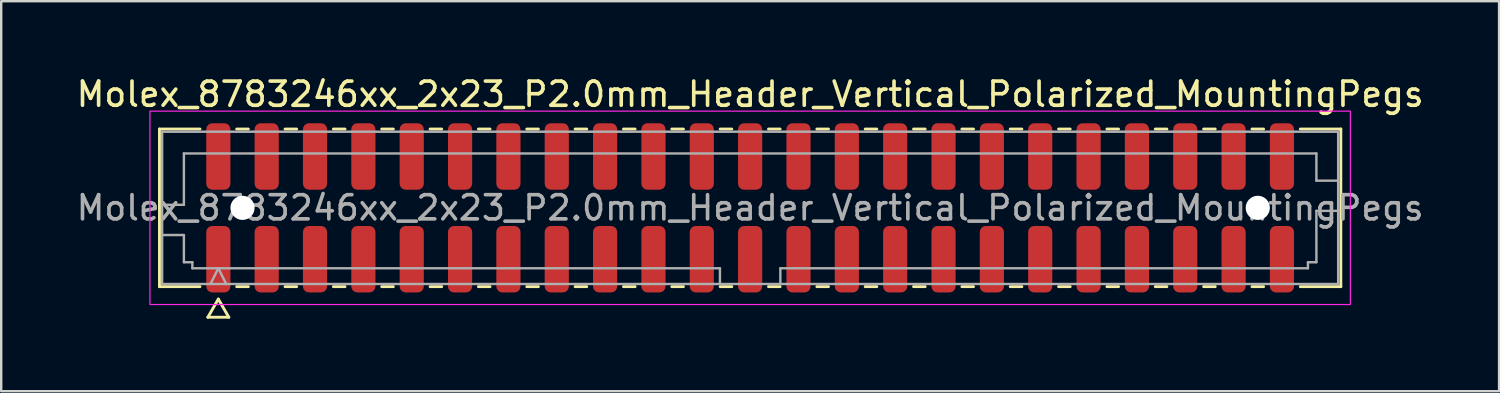
<source format=kicad_pcb>
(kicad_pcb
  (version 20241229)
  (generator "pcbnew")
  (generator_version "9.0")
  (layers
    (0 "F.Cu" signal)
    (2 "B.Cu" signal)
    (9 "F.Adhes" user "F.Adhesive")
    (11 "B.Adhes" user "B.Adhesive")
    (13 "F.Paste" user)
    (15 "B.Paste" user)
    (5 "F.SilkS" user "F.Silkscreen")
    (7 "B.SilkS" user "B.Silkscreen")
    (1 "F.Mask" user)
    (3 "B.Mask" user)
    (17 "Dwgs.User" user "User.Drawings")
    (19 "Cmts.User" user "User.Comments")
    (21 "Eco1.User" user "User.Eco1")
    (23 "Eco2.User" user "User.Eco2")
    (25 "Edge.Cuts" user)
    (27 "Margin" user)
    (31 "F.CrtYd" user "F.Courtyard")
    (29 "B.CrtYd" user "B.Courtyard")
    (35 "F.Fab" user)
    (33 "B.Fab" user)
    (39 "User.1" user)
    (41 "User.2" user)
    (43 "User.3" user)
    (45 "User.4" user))
  (footprint "Molex_8783246xx_2x23_P2.0mm_Header_Vertical_Polarized_MountingPegs"
    (layer "F.Cu")
    (at 27.982 5.548)
    (property "Reference" "Molex_8783246xx_2x23_P2.0mm_Header_Vertical_Polarized_MountingPegs" (at 0 -4.7 0) (layer "F.SilkS") (effects (font (size 1 1) (thickness 0.15))))
    (attr smd)
    (fp_line (start -24.435 -3.26) (end -22.76 -3.26) (stroke (width 0.12) (type solid)) (layer "F.SilkS"))
    (fp_line (start -24.435 3.26) (end -24.435 -3.26) (stroke (width 0.12) (type solid)) (layer "F.SilkS"))
    (fp_line (start -22.76 3.26) (end -24.435 3.26) (stroke (width 0.12) (type solid)) (layer "F.SilkS"))
    (fp_line (start -22.433 4.525) (end -22 3.775) (stroke (width 0.12) (type solid)) (layer "F.SilkS"))
    (fp_line (start -22 3.775) (end -21.567 4.525) (stroke (width 0.12) (type solid)) (layer "F.SilkS"))
    (fp_line (start -21.567 4.525) (end -22.433 4.525) (stroke (width 0.12) (type solid)) (layer "F.SilkS"))
    (fp_line (start -21.24 -3.26) (end -20.76 -3.26) (stroke (width 0.12) (type solid)) (layer "F.SilkS"))
    (fp_line (start -20.76 3.26) (end -21.24 3.26) (stroke (width 0.12) (type solid)) (layer "F.SilkS"))
    (fp_line (start -19.24 -3.26) (end -18.76 -3.26) (stroke (width 0.12) (type solid)) (layer "F.SilkS"))
    (fp_line (start -18.76 3.26) (end -19.24 3.26) (stroke (width 0.12) (type solid)) (layer "F.SilkS"))
    (fp_line (start -17.24 -3.26) (end -16.76 -3.26) (stroke (width 0.12) (type solid)) (layer "F.SilkS"))
    (fp_line (start -16.76 3.26) (end -17.24 3.26) (stroke (width 0.12) (type solid)) (layer "F.SilkS"))
    (fp_line (start -15.24 -3.26) (end -14.76 -3.26) (stroke (width 0.12) (type solid)) (layer "F.SilkS"))
    (fp_line (start -14.76 3.26) (end -15.24 3.26) (stroke (width 0.12) (type solid)) (layer "F.SilkS"))
    (fp_line (start -13.24 -3.26) (end -12.76 -3.26) (stroke (width 0.12) (type solid)) (layer "F.SilkS"))
    (fp_line (start -12.76 3.26) (end -13.24 3.26) (stroke (width 0.12) (type solid)) (layer "F.SilkS"))
    (fp_line (start -11.24 -3.26) (end -10.76 -3.26) (stroke (width 0.12) (type solid)) (layer "F.SilkS"))
    (fp_line (start -10.76 3.26) (end -11.24 3.26) (stroke (width 0.12) (type solid)) (layer "F.SilkS"))
    (fp_line (start -9.24 -3.26) (end -8.76 -3.26) (stroke (width 0.12) (type solid)) (layer "F.SilkS"))
    (fp_line (start -8.76 3.26) (end -9.24 3.26) (stroke (width 0.12) (type solid)) (layer "F.SilkS"))
    (fp_line (start -7.24 -3.26) (end -6.76 -3.26) (stroke (width 0.12) (type solid)) (layer "F.SilkS"))
    (fp_line (start -6.76 3.26) (end -7.24 3.26) (stroke (width 0.12) (type solid)) (layer "F.SilkS"))
    (fp_line (start -5.24 -3.26) (end -4.76 -3.26) (stroke (width 0.12) (type solid)) (layer "F.SilkS"))
    (fp_line (start -4.76 3.26) (end -5.24 3.26) (stroke (width 0.12) (type solid)) (layer "F.SilkS"))
    (fp_line (start -3.24 -3.26) (end -2.76 -3.26) (stroke (width 0.12) (type solid)) (layer "F.SilkS"))
    (fp_line (start -2.76 3.26) (end -3.24 3.26) (stroke (width 0.12) (type solid)) (layer "F.SilkS"))
    (fp_line (start -1.24 -3.26) (end -0.76 -3.26) (stroke (width 0.12) (type solid)) (layer "F.SilkS"))
    (fp_line (start -0.76 3.26) (end -1.24 3.26) (stroke (width 0.12) (type solid)) (layer "F.SilkS"))
    (fp_line (start 0.76 -3.26) (end 1.24 -3.26) (stroke (width 0.12) (type solid)) (layer "F.SilkS"))
    (fp_line (start 1.24 3.26) (end 0.76 3.26) (stroke (width 0.12) (type solid)) (layer "F.SilkS"))
    (fp_line (start 2.76 -3.26) (end 3.24 -3.26) (stroke (width 0.12) (type solid)) (layer "F.SilkS"))
    (fp_line (start 3.24 3.26) (end 2.76 3.26) (stroke (width 0.12) (type solid)) (layer "F.SilkS"))
    (fp_line (start 4.76 -3.26) (end 5.24 -3.26) (stroke (width 0.12) (type solid)) (layer "F.SilkS"))
    (fp_line (start 5.24 3.26) (end 4.76 3.26) (stroke (width 0.12) (type solid)) (layer "F.SilkS"))
    (fp_line (start 6.76 -3.26) (end 7.24 -3.26) (stroke (width 0.12) (type solid)) (layer "F.SilkS"))
    (fp_line (start 7.24 3.26) (end 6.76 3.26) (stroke (width 0.12) (type solid)) (layer "F.SilkS"))
    (fp_line (start 8.76 -3.26) (end 9.24 -3.26) (stroke (width 0.12) (type solid)) (layer "F.SilkS"))
    (fp_line (start 9.24 3.26) (end 8.76 3.26) (stroke (width 0.12) (type solid)) (layer "F.SilkS"))
    (fp_line (start 10.76 -3.26) (end 11.24 -3.26) (stroke (width 0.12) (type solid)) (layer "F.SilkS"))
    (fp_line (start 11.24 3.26) (end 10.76 3.26) (stroke (width 0.12) (type solid)) (layer "F.SilkS"))
    (fp_line (start 12.76 -3.26) (end 13.24 -3.26) (stroke (width 0.12) (type solid)) (layer "F.SilkS"))
    (fp_line (start 13.24 3.26) (end 12.76 3.26) (stroke (width 0.12) (type solid)) (layer "F.SilkS"))
    (fp_line (start 14.76 -3.26) (end 15.24 -3.26) (stroke (width 0.12) (type solid)) (layer "F.SilkS"))
    (fp_line (start 15.24 3.26) (end 14.76 3.26) (stroke (width 0.12) (type solid)) (layer "F.SilkS"))
    (fp_line (start 16.76 -3.26) (end 17.24 -3.26) (stroke (width 0.12) (type solid)) (layer "F.SilkS"))
    (fp_line (start 17.24 3.26) (end 16.76 3.26) (stroke (width 0.12) (type solid)) (layer "F.SilkS"))
    (fp_line (start 18.76 -3.26) (end 19.24 -3.26) (stroke (width 0.12) (type solid)) (layer "F.SilkS"))
    (fp_line (start 19.24 3.26) (end 18.76 3.26) (stroke (width 0.12) (type solid)) (layer "F.SilkS"))
    (fp_line (start 20.76 -3.26) (end 21.24 -3.26) (stroke (width 0.12) (type solid)) (layer "F.SilkS"))
    (fp_line (start 21.24 3.26) (end 20.76 3.26) (stroke (width 0.12) (type solid)) (layer "F.SilkS"))
    (fp_line (start 22.76 -3.26) (end 24.435 -3.26) (stroke (width 0.12) (type solid)) (layer "F.SilkS"))
    (fp_line (start 24.435 -3.26) (end 24.435 3.26) (stroke (width 0.12) (type solid)) (layer "F.SilkS"))
    (fp_line (start 24.435 3.26) (end 22.76 3.26) (stroke (width 0.12) (type solid)) (layer "F.SilkS"))
    (fp_rect (start -24.83 -4) (end 24.83 4) (stroke (width 0.05) (type solid)) (fill no) (layer "F.CrtYd"))
    (fp_line (start -24.325 -3.15) (end 24.325 -3.15) (stroke (width 0.1) (type solid)) (layer "F.Fab"))
    (fp_line (start -24.325 -0.125) (end -23.425 -0.125) (stroke (width 0.1) (type solid)) (layer "F.Fab"))
    (fp_line (start -24.325 1.125) (end -23.425 1.125) (stroke (width 0.1) (type solid)) (layer "F.Fab"))
    (fp_line (start -24.325 3.15) (end -24.325 -3.15) (stroke (width 0.1) (type solid)) (layer "F.Fab"))
    (fp_line (start -23.425 -2.25) (end 23.425 -2.25) (stroke (width 0.1) (type solid)) (layer "F.Fab"))
    (fp_line (start -23.425 -0.125) (end -23.425 -2.25) (stroke (width 0.1) (type solid)) (layer "F.Fab"))
    (fp_line (start -23.425 1.125) (end -23.425 2.25) (stroke (width 0.1) (type solid)) (layer "F.Fab"))
    (fp_line (start -23.425 2.25) (end -23.075 2.25) (stroke (width 0.1) (type solid)) (layer "F.Fab"))
    (fp_line (start -23.075 2.25) (end -23.075 2.5) (stroke (width 0.1) (type solid)) (layer "F.Fab"))
    (fp_line (start -23.075 2.5) (end -1.25 2.5) (stroke (width 0.1) (type solid)) (layer "F.Fab"))
    (fp_line (start -22.325 3.15) (end -22 2.5) (stroke (width 0.1) (type solid)) (layer "F.Fab"))
    (fp_line (start -22 2.5) (end -21.675 3.15) (stroke (width 0.1) (type solid)) (layer "F.Fab"))
    (fp_line (start -1.25 2.5) (end -1.25 3.15) (stroke (width 0.1) (type solid)) (layer "F.Fab"))
    (fp_line (start 1.25 2.5) (end 1.25 3.15) (stroke (width 0.1) (type solid)) (layer "F.Fab"))
    (fp_line (start 1.25 2.5) (end 23.075 2.5) (stroke (width 0.1) (type solid)) (layer "F.Fab"))
    (fp_line (start 23.075 2.25) (end 23.425 2.25) (stroke (width 0.1) (type solid)) (layer "F.Fab"))
    (fp_line (start 23.075 2.5) (end 23.075 2.25) (stroke (width 0.1) (type solid)) (layer "F.Fab"))
    (fp_line (start 23.425 -2.25) (end 23.425 -1.125) (stroke (width 0.1) (type solid)) (layer "F.Fab"))
    (fp_line (start 23.425 -1.125) (end 24.325 -1.125) (stroke (width 0.1) (type solid)) (layer "F.Fab"))
    (fp_line (start 23.425 0.125) (end 24.325 0.125) (stroke (width 0.1) (type solid)) (layer "F.Fab"))
    (fp_line (start 23.425 2.25) (end 23.425 0.125) (stroke (width 0.1) (type solid)) (layer "F.Fab"))
    (fp_line (start 24.325 -3.15) (end 24.325 3.15) (stroke (width 0.1) (type solid)) (layer "F.Fab"))
    (fp_line (start 24.325 3.15) (end -24.325 3.15) (stroke (width 0.1) (type solid)) (layer "F.Fab"))
    (fp_text user "${REFERENCE}" (at 0 0 0) (layer "F.Fab") (effects (font (size 1 1) (thickness 0.15))))
    (pad "" np_thru_hole circle (at -21 0) (size 1 1) (drill 1) (layers "*.Cu" "*.Mask"))
    (pad "" np_thru_hole circle (at 21 0) (size 1 1) (drill 1) (layers "*.Cu" "*.Mask"))
    (pad "1" smd roundrect (at -22 2.125) (size 1 2.75) (layers "F.Cu" "F.Mask" "F.Paste") (roundrect_rratio 0.25))
    (pad "2" smd roundrect (at -22 -2.125) (size 1 2.75) (layers "F.Cu" "F.Mask" "F.Paste") (roundrect_rratio 0.25))
    (pad "3" smd roundrect (at -20 2.125) (size 1 2.75) (layers "F.Cu" "F.Mask" "F.Paste") (roundrect_rratio 0.25))
    (pad "4" smd roundrect (at -20 -2.125) (size 1 2.75) (layers "F.Cu" "F.Mask" "F.Paste") (roundrect_rratio 0.25))
    (pad "5" smd roundrect (at -18 2.125) (size 1 2.75) (layers "F.Cu" "F.Mask" "F.Paste") (roundrect_rratio 0.25))
    (pad "6" smd roundrect (at -18 -2.125) (size 1 2.75) (layers "F.Cu" "F.Mask" "F.Paste") (roundrect_rratio 0.25))
    (pad "7" smd roundrect (at -16 2.125) (size 1 2.75) (layers "F.Cu" "F.Mask" "F.Paste") (roundrect_rratio 0.25))
    (pad "8" smd roundrect (at -16 -2.125) (size 1 2.75) (layers "F.Cu" "F.Mask" "F.Paste") (roundrect_rratio 0.25))
    (pad "9" smd roundrect (at -14 2.125) (size 1 2.75) (layers "F.Cu" "F.Mask" "F.Paste") (roundrect_rratio 0.25))
    (pad "10" smd roundrect (at -14 -2.125) (size 1 2.75) (layers "F.Cu" "F.Mask" "F.Paste") (roundrect_rratio 0.25))
    (pad "11" smd roundrect (at -12 2.125) (size 1 2.75) (layers "F.Cu" "F.Mask" "F.Paste") (roundrect_rratio 0.25))
    (pad "12" smd roundrect (at -12 -2.125) (size 1 2.75) (layers "F.Cu" "F.Mask" "F.Paste") (roundrect_rratio 0.25))
    (pad "13" smd roundrect (at -10 2.125) (size 1 2.75) (layers "F.Cu" "F.Mask" "F.Paste") (roundrect_rratio 0.25))
    (pad "14" smd roundrect (at -10 -2.125) (size 1 2.75) (layers "F.Cu" "F.Mask" "F.Paste") (roundrect_rratio 0.25))
    (pad "15" smd roundrect (at -8 2.125) (size 1 2.75) (layers "F.Cu" "F.Mask" "F.Paste") (roundrect_rratio 0.25))
    (pad "16" smd roundrect (at -8 -2.125) (size 1 2.75) (layers "F.Cu" "F.Mask" "F.Paste") (roundrect_rratio 0.25))
    (pad "17" smd roundrect (at -6 2.125) (size 1 2.75) (layers "F.Cu" "F.Mask" "F.Paste") (roundrect_rratio 0.25))
    (pad "18" smd roundrect (at -6 -2.125) (size 1 2.75) (layers "F.Cu" "F.Mask" "F.Paste") (roundrect_rratio 0.25))
    (pad "19" smd roundrect (at -4 2.125) (size 1 2.75) (layers "F.Cu" "F.Mask" "F.Paste") (roundrect_rratio 0.25))
    (pad "20" smd roundrect (at -4 -2.125) (size 1 2.75) (layers "F.Cu" "F.Mask" "F.Paste") (roundrect_rratio 0.25))
    (pad "21" smd roundrect (at -2 2.125) (size 1 2.75) (layers "F.Cu" "F.Mask" "F.Paste") (roundrect_rratio 0.25))
    (pad "22" smd roundrect (at -2 -2.125) (size 1 2.75) (layers "F.Cu" "F.Mask" "F.Paste") (roundrect_rratio 0.25))
    (pad "23" smd roundrect (at 0 2.125) (size 1 2.75) (layers "F.Cu" "F.Mask" "F.Paste") (roundrect_rratio 0.25))
    (pad "24" smd roundrect (at 0 -2.125) (size 1 2.75) (layers "F.Cu" "F.Mask" "F.Paste") (roundrect_rratio 0.25))
    (pad "25" smd roundrect (at 2 2.125) (size 1 2.75) (layers "F.Cu" "F.Mask" "F.Paste") (roundrect_rratio 0.25))
    (pad "26" smd roundrect (at 2 -2.125) (size 1 2.75) (layers "F.Cu" "F.Mask" "F.Paste") (roundrect_rratio 0.25))
    (pad "27" smd roundrect (at 4 2.125) (size 1 2.75) (layers "F.Cu" "F.Mask" "F.Paste") (roundrect_rratio 0.25))
    (pad "28" smd roundrect (at 4 -2.125) (size 1 2.75) (layers "F.Cu" "F.Mask" "F.Paste") (roundrect_rratio 0.25))
    (pad "29" smd roundrect (at 6 2.125) (size 1 2.75) (layers "F.Cu" "F.Mask" "F.Paste") (roundrect_rratio 0.25))
    (pad "30" smd roundrect (at 6 -2.125) (size 1 2.75) (layers "F.Cu" "F.Mask" "F.Paste") (roundrect_rratio 0.25))
    (pad "31" smd roundrect (at 8 2.125) (size 1 2.75) (layers "F.Cu" "F.Mask" "F.Paste") (roundrect_rratio 0.25))
    (pad "32" smd roundrect (at 8 -2.125) (size 1 2.75) (layers "F.Cu" "F.Mask" "F.Paste") (roundrect_rratio 0.25))
    (pad "33" smd roundrect (at 10 2.125) (size 1 2.75) (layers "F.Cu" "F.Mask" "F.Paste") (roundrect_rratio 0.25))
    (pad "34" smd roundrect (at 10 -2.125) (size 1 2.75) (layers "F.Cu" "F.Mask" "F.Paste") (roundrect_rratio 0.25))
    (pad "35" smd roundrect (at 12 2.125) (size 1 2.75) (layers "F.Cu" "F.Mask" "F.Paste") (roundrect_rratio 0.25))
    (pad "36" smd roundrect (at 12 -2.125) (size 1 2.75) (layers "F.Cu" "F.Mask" "F.Paste") (roundrect_rratio 0.25))
    (pad "37" smd roundrect (at 14 2.125) (size 1 2.75) (layers "F.Cu" "F.Mask" "F.Paste") (roundrect_rratio 0.25))
    (pad "38" smd roundrect (at 14 -2.125) (size 1 2.75) (layers "F.Cu" "F.Mask" "F.Paste") (roundrect_rratio 0.25))
    (pad "39" smd roundrect (at 16 2.125) (size 1 2.75) (layers "F.Cu" "F.Mask" "F.Paste") (roundrect_rratio 0.25))
    (pad "40" smd roundrect (at 16 -2.125) (size 1 2.75) (layers "F.Cu" "F.Mask" "F.Paste") (roundrect_rratio 0.25))
    (pad "41" smd roundrect (at 18 2.125) (size 1 2.75) (layers "F.Cu" "F.Mask" "F.Paste") (roundrect_rratio 0.25))
    (pad "42" smd roundrect (at 18 -2.125) (size 1 2.75) (layers "F.Cu" "F.Mask" "F.Paste") (roundrect_rratio 0.25))
    (pad "43" smd roundrect (at 20 2.125) (size 1 2.75) (layers "F.Cu" "F.Mask" "F.Paste") (roundrect_rratio 0.25))
    (pad "44" smd roundrect (at 20 -2.125) (size 1 2.75) (layers "F.Cu" "F.Mask" "F.Paste") (roundrect_rratio 0.25))
    (pad "45" smd roundrect (at 22 2.125) (size 1 2.75) (layers "F.Cu" "F.Mask" "F.Paste") (roundrect_rratio 0.25))
    (pad "46" smd roundrect (at 22 -2.125) (size 1 2.75) (layers "F.Cu" "F.Mask" "F.Paste") (roundrect_rratio 0.25)))
  (gr_rect
    (start -3 -3)
    (end 58.964 13.133)
    (stroke (width 0.1) (type default))
    (fill no)
    (layer "Edge.Cuts")))
</source>
